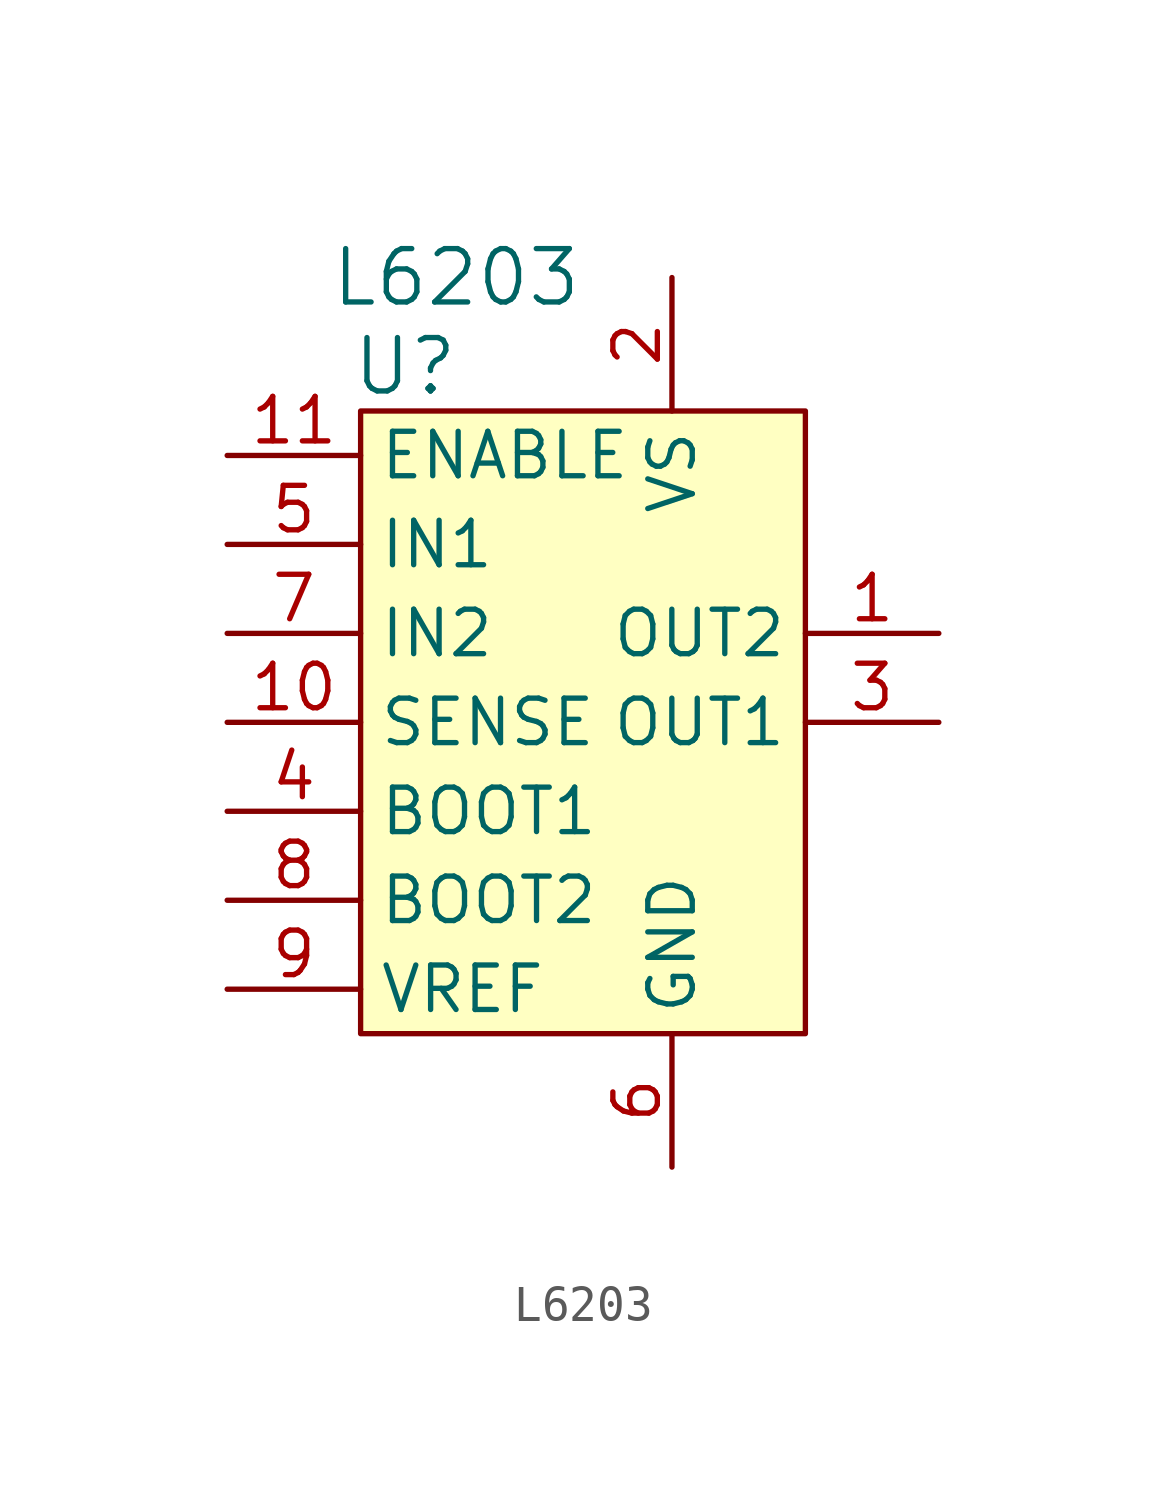
<source format=kicad_sym>
(kicad_symbol_lib
  (version 20211014)
  (generator kicad_symbol_editor)
  (symbol "L6203"
    (property "Reference" "U"
      (at -5.08 10.16 0)
      (effects (font (size 1.524 1.524))))
    (property "Value" "L6203"
      (at 0 12.7 0)
      (effects (font (size 1.524 1.524)) (justify right)))
    (symbol "L6203_0_1"
      (rectangle (start -6.35 8.89) (end 6.35 -8.89) (stroke (width 0) (type default) (color 0 0 0 0)) (fill (type background))))
    (symbol "L6203_1_1"
      (pin output line (at 10.16 2.54 180) (length 3.81) (name "OUT2" (effects (font (size 1.27 1.27)))) (number "1" (effects (font (size 1.27 1.27)))))
      (pin input line (at -10.16 0 0) (length 3.81) (name "SENSE" (effects (font (size 1.27 1.27)))) (number "10" (effects (font (size 1.27 1.27)))))
      (pin input line (at -10.16 7.62 0) (length 3.81) (name "ENABLE" (effects (font (size 1.27 1.27)))) (number "11" (effects (font (size 1.27 1.27)))))
      (pin power_in line (at 2.54 12.7 270) (length 3.81) (name "VS" (effects (font (size 1.27 1.27)))) (number "2" (effects (font (size 1.27 1.27)))))
      (pin output line (at 10.16 0 180) (length 3.81) (name "OUT1" (effects (font (size 1.27 1.27)))) (number "3" (effects (font (size 1.27 1.27)))))
      (pin passive line (at -10.16 -2.54 0) (length 3.81) (name "BOOT1" (effects (font (size 1.27 1.27)))) (number "4" (effects (font (size 1.27 1.27)))))
      (pin input line (at -10.16 5.08 0) (length 3.81) (name "IN1" (effects (font (size 1.27 1.27)))) (number "5" (effects (font (size 1.27 1.27)))))
      (pin power_in line (at 2.54 -12.7 90) (length 3.81) (name "GND" (effects (font (size 1.27 1.27)))) (number "6" (effects (font (size 1.27 1.27)))))
      (pin input line (at -10.16 2.54 0) (length 3.81) (name "IN2" (effects (font (size 1.27 1.27)))) (number "7" (effects (font (size 1.27 1.27)))))
      (pin passive line (at -10.16 -5.08 0) (length 3.81) (name "BOOT2" (effects (font (size 1.27 1.27)))) (number "8" (effects (font (size 1.27 1.27)))))
      (pin passive line (at -10.16 -7.62 0) (length 3.81) (name "VREF" (effects (font (size 1.27 1.27)))) (number "9" (effects (font (size 1.27 1.27))))))))
</source>
